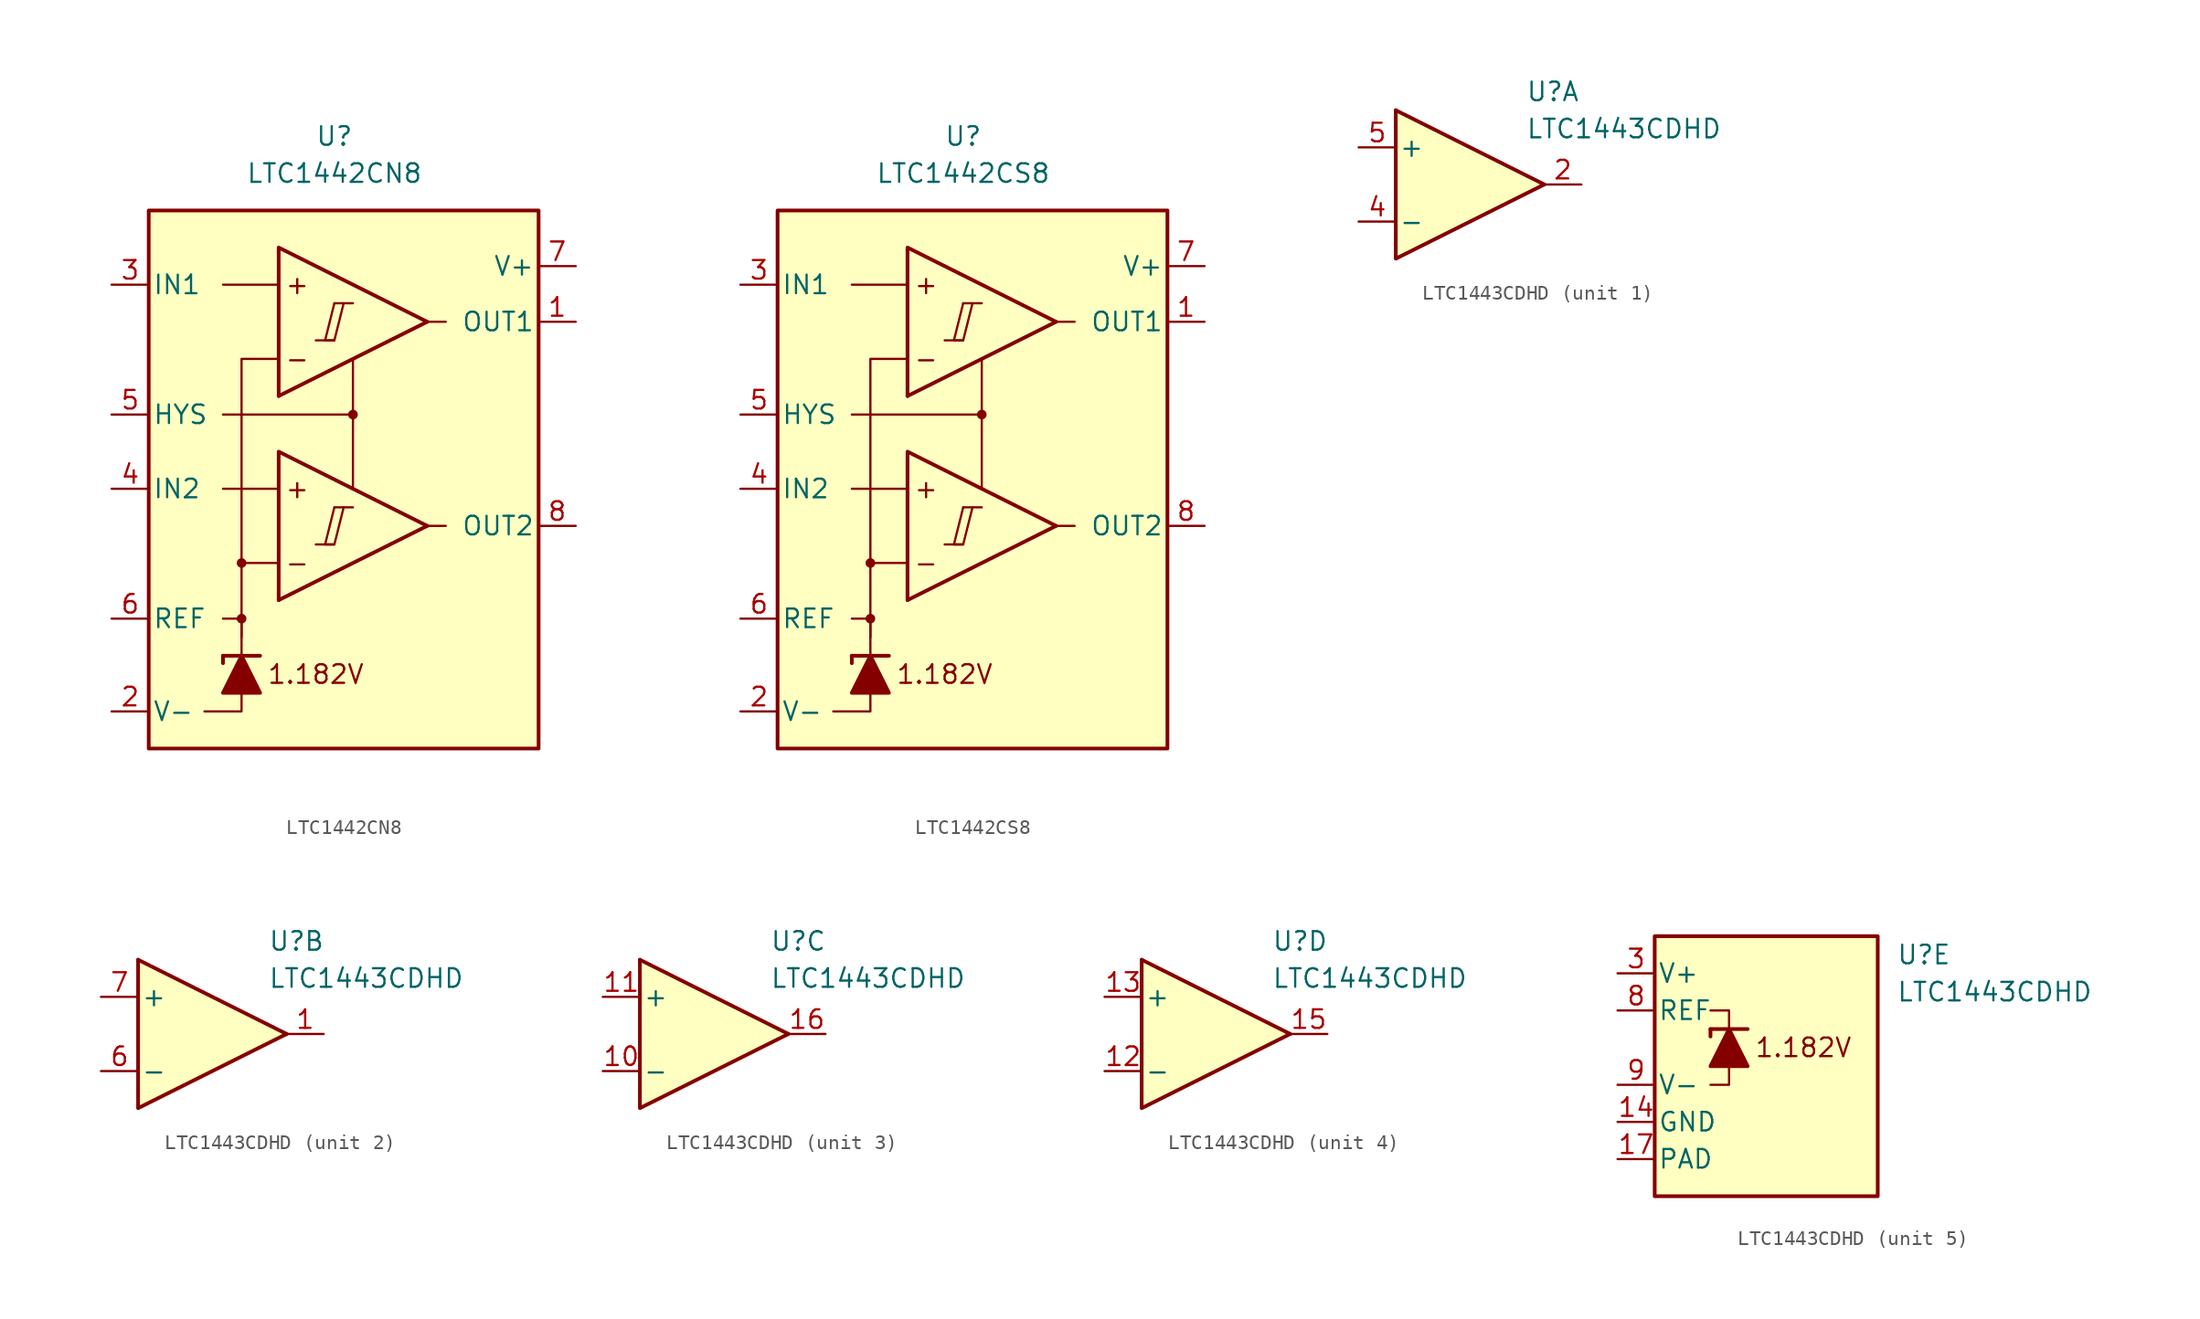
<source format=kicad_sym>
(kicad_symbol_lib
  (version 20231120)
  (generator "kicad_symbol_editor")
  (generator_version "8.0")
  (symbol "LTC1442CN8"
    (pin_names
      (offset 0.254))
    (property "Reference" "U"
      (at -1.27 22.86 0)
      (effects (font (size 1.27 1.27))))
    (property "Value" "LTC1442CN8"
      (at -1.27 20.32 0)
      (effects (font (size 1.27 1.27))))
    (symbol "LTC1442CN8_0_0"
      (rectangle (start -13.97 17.78) (end 12.7 -19.05) (stroke (width 0.254) (type default)) (fill (type background)))
      (circle (center -7.62 -10.16) (radius 0.254) (stroke (width 0.152) (type default)) (fill (type outline)))
      (circle (center -7.62 -6.35) (radius 0.254) (stroke (width 0.152) (type default)) (fill (type outline)))
      (polyline (pts (xy -2.54 -5.08) (xy -1.27 -5.08)) (stroke (width 0.152) (type default)) (fill (type none)))
      (polyline (pts (xy -2.54 8.89) (xy -1.27 8.89)) (stroke (width 0.152) (type default)) (fill (type none)))
      (polyline (pts (xy -1.27 -2.54) (xy 0 -2.54)) (stroke (width 0.152) (type default)) (fill (type none)))
      (polyline (pts (xy -1.27 11.43) (xy 0 11.43)) (stroke (width 0.152) (type default)) (fill (type none)))
      (polyline (pts (xy 5.08 -3.81) (xy -5.08 -8.89)) (stroke (width 0.254) (type default)) (fill (type none)))
      (polyline (pts (xy 5.08 10.16) (xy -5.08 5.08)) (stroke (width 0.254) (type default)) (fill (type none)))
      (polyline (pts (xy 5.08 -3.81) (xy -5.08 1.27) (xy -5.08 -8.89)) (stroke (width 0.254) (type default)) (fill (type background)))
      (polyline (pts (xy 5.08 10.16) (xy -5.08 15.24) (xy -5.08 5.08)) (stroke (width 0.254) (type default)) (fill (type background)))
      (polyline (pts (xy -1.27 -2.54) (xy -1.905 -5.08) (xy -1.27 -5.08) (xy -0.635 -2.54)) (stroke (width 0.152) (type default)) (fill (type none)))
      (polyline (pts (xy -1.27 11.43) (xy -1.905 8.89) (xy -1.27 8.89) (xy -0.635 11.43)) (stroke (width 0.152) (type default)) (fill (type none)))
      (circle (center 0 3.81) (radius 0.254) (stroke (width 0.152) (type default)) (fill (type outline)))
      (text "+" (at -3.81 -1.27 0) (effects (font (size 1.27 1.27))))
      (text "+" (at -3.81 12.7 0) (effects (font (size 1.27 1.27))))
      (text "-" (at -3.81 -6.35 0) (effects (font (size 1.27 1.27))))
      (text "-" (at -3.81 7.62 0) (effects (font (size 1.27 1.27)))))
    (symbol "LTC1442CN8_0_1"
      (polyline (pts (xy -8.89 -12.7) (xy -8.89 -13.208)) (stroke (width 0.254) (type default)) (fill (type none)))
      (polyline (pts (xy -8.89 -12.7) (xy -6.35 -12.7)) (stroke (width 0.254) (type default)) (fill (type none)))
      (polyline (pts (xy -5.08 -1.27) (xy -8.89 -1.27)) (stroke (width 0) (type default)) (fill (type none)))
      (polyline (pts (xy -5.08 12.7) (xy -8.89 12.7)) (stroke (width 0) (type default)) (fill (type none)))
      (polyline (pts (xy 0 3.81) (xy 0 -1.27)) (stroke (width 0) (type default)) (fill (type none)))
      (polyline (pts (xy 5.08 -3.81) (xy 6.35 -3.81)) (stroke (width 0) (type default)) (fill (type none)))
      (polyline (pts (xy 5.08 10.16) (xy 6.35 10.16)) (stroke (width 0) (type default)) (fill (type none)))
      (polyline (pts (xy -7.62 -15.24) (xy -7.62 -16.51) (xy -10.16 -16.51)) (stroke (width 0) (type default)) (fill (type none)))
      (polyline (pts (xy -7.62 -12.7) (xy -7.62 -10.16) (xy -8.89 -10.16)) (stroke (width 0) (type default)) (fill (type none)))
      (polyline (pts (xy -7.62 -11.43) (xy -7.62 -6.35) (xy -5.08 -6.35)) (stroke (width 0) (type default)) (fill (type none)))
      (polyline (pts (xy -7.62 -6.35) (xy -7.62 7.62) (xy -5.08 7.62)) (stroke (width 0) (type default)) (fill (type none)))
      (polyline (pts (xy 0 7.62) (xy 0 3.81) (xy -8.89 3.81)) (stroke (width 0) (type default)) (fill (type none)))
      (polyline (pts (xy -6.35 -15.24) (xy -8.89 -15.24) (xy -7.62 -12.7) (xy -6.35 -15.24)) (stroke (width 0.254) (type default)) (fill (type outline))))
    (symbol "LTC1442CN8_1_0"
      (text "1.182V" (at -2.54 -13.97 0) (effects (font (size 1.27 1.27)))))
    (symbol "LTC1442CN8_1_1"
      (pin output line (at 15.24 10.16 180) (length 2.54) (name "OUT1" (effects (font (size 1.27 1.27)))) (number "1" (effects (font (size 1.27 1.27)))))
      (pin power_in line (at -16.51 -16.51 0) (length 2.54) (name "V-" (effects (font (size 1.27 1.27)))) (number "2" (effects (font (size 1.27 1.27)))))
      (pin input line (at -16.51 12.7 0) (length 2.54) (name "IN1" (effects (font (size 1.27 1.27)))) (number "3" (effects (font (size 1.27 1.27)))))
      (pin input line (at -16.51 -1.27 0) (length 2.54) (name "IN2" (effects (font (size 1.27 1.27)))) (number "4" (effects (font (size 1.27 1.27)))))
      (pin input line (at -16.51 3.81 0) (length 2.54) (name "HYS" (effects (font (size 1.27 1.27)))) (number "5" (effects (font (size 1.27 1.27)))))
      (pin output line (at -16.51 -10.16 0) (length 2.54) (name "REF" (effects (font (size 1.27 1.27)))) (number "6" (effects (font (size 1.27 1.27)))))
      (pin power_in line (at 15.24 13.97 180) (length 2.54) (name "V+" (effects (font (size 1.27 1.27)))) (number "7" (effects (font (size 1.27 1.27)))))
      (pin output line (at 15.24 -3.81 180) (length 2.54) (name "OUT2" (effects (font (size 1.27 1.27)))) (number "8" (effects (font (size 1.27 1.27)))))))
  (symbol "LTC1442CS8"
    (pin_names
      (offset 0.254))
    (property "Reference" "U"
      (at -1.27 22.86 0)
      (effects (font (size 1.27 1.27))))
    (property "Value" "LTC1442CS8"
      (at -1.27 20.32 0)
      (effects (font (size 1.27 1.27))))
    (symbol "LTC1442CS8_0_0"
      (rectangle (start -13.97 17.78) (end 12.7 -19.05) (stroke (width 0.254) (type default)) (fill (type background)))
      (circle (center -7.62 -10.16) (radius 0.254) (stroke (width 0.152) (type default)) (fill (type outline)))
      (circle (center -7.62 -6.35) (radius 0.254) (stroke (width 0.152) (type default)) (fill (type outline)))
      (polyline (pts (xy -2.54 -5.08) (xy -1.27 -5.08)) (stroke (width 0.152) (type default)) (fill (type none)))
      (polyline (pts (xy -2.54 8.89) (xy -1.27 8.89)) (stroke (width 0.152) (type default)) (fill (type none)))
      (polyline (pts (xy -1.27 -2.54) (xy 0 -2.54)) (stroke (width 0.152) (type default)) (fill (type none)))
      (polyline (pts (xy -1.27 11.43) (xy 0 11.43)) (stroke (width 0.152) (type default)) (fill (type none)))
      (polyline (pts (xy 5.08 -3.81) (xy -5.08 -8.89)) (stroke (width 0.254) (type default)) (fill (type none)))
      (polyline (pts (xy 5.08 10.16) (xy -5.08 5.08)) (stroke (width 0.254) (type default)) (fill (type none)))
      (polyline (pts (xy 5.08 -3.81) (xy -5.08 1.27) (xy -5.08 -8.89)) (stroke (width 0.254) (type default)) (fill (type background)))
      (polyline (pts (xy 5.08 10.16) (xy -5.08 15.24) (xy -5.08 5.08)) (stroke (width 0.254) (type default)) (fill (type background)))
      (polyline (pts (xy -1.27 -2.54) (xy -1.905 -5.08) (xy -1.27 -5.08) (xy -0.635 -2.54)) (stroke (width 0.152) (type default)) (fill (type none)))
      (polyline (pts (xy -1.27 11.43) (xy -1.905 8.89) (xy -1.27 8.89) (xy -0.635 11.43)) (stroke (width 0.152) (type default)) (fill (type none)))
      (circle (center 0 3.81) (radius 0.254) (stroke (width 0.152) (type default)) (fill (type outline)))
      (text "+" (at -3.81 -1.27 0) (effects (font (size 1.27 1.27))))
      (text "+" (at -3.81 12.7 0) (effects (font (size 1.27 1.27))))
      (text "-" (at -3.81 -6.35 0) (effects (font (size 1.27 1.27))))
      (text "-" (at -3.81 7.62 0) (effects (font (size 1.27 1.27)))))
    (symbol "LTC1442CS8_0_1"
      (polyline (pts (xy -8.89 -12.7) (xy -8.89 -13.208)) (stroke (width 0.254) (type default)) (fill (type none)))
      (polyline (pts (xy -8.89 -12.7) (xy -6.35 -12.7)) (stroke (width 0.254) (type default)) (fill (type none)))
      (polyline (pts (xy -5.08 -1.27) (xy -8.89 -1.27)) (stroke (width 0) (type default)) (fill (type none)))
      (polyline (pts (xy -5.08 12.7) (xy -8.89 12.7)) (stroke (width 0) (type default)) (fill (type none)))
      (polyline (pts (xy 0 3.81) (xy 0 -1.27)) (stroke (width 0) (type default)) (fill (type none)))
      (polyline (pts (xy 5.08 -3.81) (xy 6.35 -3.81)) (stroke (width 0) (type default)) (fill (type none)))
      (polyline (pts (xy 5.08 10.16) (xy 6.35 10.16)) (stroke (width 0) (type default)) (fill (type none)))
      (polyline (pts (xy -7.62 -15.24) (xy -7.62 -16.51) (xy -10.16 -16.51)) (stroke (width 0) (type default)) (fill (type none)))
      (polyline (pts (xy -7.62 -12.7) (xy -7.62 -10.16) (xy -8.89 -10.16)) (stroke (width 0) (type default)) (fill (type none)))
      (polyline (pts (xy -7.62 -11.43) (xy -7.62 -6.35) (xy -5.08 -6.35)) (stroke (width 0) (type default)) (fill (type none)))
      (polyline (pts (xy -7.62 -6.35) (xy -7.62 7.62) (xy -5.08 7.62)) (stroke (width 0) (type default)) (fill (type none)))
      (polyline (pts (xy 0 7.62) (xy 0 3.81) (xy -8.89 3.81)) (stroke (width 0) (type default)) (fill (type none)))
      (polyline (pts (xy -6.35 -15.24) (xy -8.89 -15.24) (xy -7.62 -12.7) (xy -6.35 -15.24)) (stroke (width 0.254) (type default)) (fill (type outline))))
    (symbol "LTC1442CS8_1_0"
      (text "1.182V" (at -2.54 -13.97 0) (effects (font (size 1.27 1.27)))))
    (symbol "LTC1442CS8_1_1"
      (pin output line (at 15.24 10.16 180) (length 2.54) (name "OUT1" (effects (font (size 1.27 1.27)))) (number "1" (effects (font (size 1.27 1.27)))))
      (pin power_in line (at -16.51 -16.51 0) (length 2.54) (name "V-" (effects (font (size 1.27 1.27)))) (number "2" (effects (font (size 1.27 1.27)))))
      (pin input line (at -16.51 12.7 0) (length 2.54) (name "IN1" (effects (font (size 1.27 1.27)))) (number "3" (effects (font (size 1.27 1.27)))))
      (pin input line (at -16.51 -1.27 0) (length 2.54) (name "IN2" (effects (font (size 1.27 1.27)))) (number "4" (effects (font (size 1.27 1.27)))))
      (pin input line (at -16.51 3.81 0) (length 2.54) (name "HYS" (effects (font (size 1.27 1.27)))) (number "5" (effects (font (size 1.27 1.27)))))
      (pin output line (at -16.51 -10.16 0) (length 2.54) (name "REF" (effects (font (size 1.27 1.27)))) (number "6" (effects (font (size 1.27 1.27)))))
      (pin power_in line (at 15.24 13.97 180) (length 2.54) (name "V+" (effects (font (size 1.27 1.27)))) (number "7" (effects (font (size 1.27 1.27)))))
      (pin output line (at 15.24 -3.81 180) (length 2.54) (name "OUT2" (effects (font (size 1.27 1.27)))) (number "8" (effects (font (size 1.27 1.27)))))))
  (symbol "LTC1443CDHD"
    (pin_names
      (offset 0.2))
    (property "Reference" "U"
      (at 5.08 6.35 0)
      (effects (font (size 1.27 1.27)) (justify left)))
    (property "Value" "LTC1443CDHD"
      (at 5.08 3.81 0)
      (effects (font (size 1.27 1.27)) (justify left)))
    (property "ki_locked" ""
      (at 0 0 0)
      (effects (font (size 1.27 1.27))))
    (symbol "LTC1443CDHD_1_1"
      (polyline (pts (xy -3.81 5.08) (xy 6.35 0)) (stroke (width 0.254) (type default)) (fill (type none)))
      (polyline (pts (xy -3.81 5.08) (xy -3.81 -5.08) (xy 6.35 0)) (stroke (width 0.254) (type default)) (fill (type background)))
      (pin output line (at 8.89 0 180) (length 2.54) (name "~" (effects (font (size 1.27 1.27)))) (number "2" (effects (font (size 1.27 1.27)))))
      (pin input line (at -6.35 -2.54 0) (length 2.54) (name "-" (effects (font (size 1.27 1.27)))) (number "4" (effects (font (size 1.27 1.27)))))
      (pin input line (at -6.35 2.54 0) (length 2.54) (name "+" (effects (font (size 1.27 1.27)))) (number "5" (effects (font (size 1.27 1.27))))))
    (symbol "LTC1443CDHD_2_1"
      (polyline (pts (xy -3.81 5.08) (xy 6.35 0)) (stroke (width 0.254) (type default)) (fill (type none)))
      (polyline (pts (xy -3.81 5.08) (xy -3.81 -5.08) (xy 6.35 0)) (stroke (width 0.254) (type default)) (fill (type background)))
      (pin output line (at 8.89 0 180) (length 2.54) (name "~" (effects (font (size 1.27 1.27)))) (number "1" (effects (font (size 1.27 1.27)))))
      (pin input line (at -6.35 -2.54 0) (length 2.54) (name "-" (effects (font (size 1.27 1.27)))) (number "6" (effects (font (size 1.27 1.27)))))
      (pin input line (at -6.35 2.54 0) (length 2.54) (name "+" (effects (font (size 1.27 1.27)))) (number "7" (effects (font (size 1.27 1.27))))))
    (symbol "LTC1443CDHD_3_1"
      (polyline (pts (xy -3.81 5.08) (xy 6.35 0)) (stroke (width 0.254) (type default)) (fill (type none)))
      (polyline (pts (xy -3.81 5.08) (xy -3.81 -5.08) (xy 6.35 0)) (stroke (width 0.254) (type default)) (fill (type background)))
      (pin input line (at -6.35 -2.54 0) (length 2.54) (name "-" (effects (font (size 1.27 1.27)))) (number "10" (effects (font (size 1.27 1.27)))))
      (pin input line (at -6.35 2.54 0) (length 2.54) (name "+" (effects (font (size 1.27 1.27)))) (number "11" (effects (font (size 1.27 1.27)))))
      (pin output line (at 8.89 0 180) (length 2.54) (name "~" (effects (font (size 1.27 1.27)))) (number "16" (effects (font (size 1.27 1.27))))))
    (symbol "LTC1443CDHD_4_1"
      (polyline (pts (xy -3.81 5.08) (xy 6.35 0)) (stroke (width 0.254) (type default)) (fill (type none)))
      (polyline (pts (xy -3.81 5.08) (xy -3.81 -5.08) (xy 6.35 0)) (stroke (width 0.254) (type default)) (fill (type background)))
      (pin input line (at -6.35 -2.54 0) (length 2.54) (name "-" (effects (font (size 1.27 1.27)))) (number "12" (effects (font (size 1.27 1.27)))))
      (pin input line (at -6.35 2.54 0) (length 2.54) (name "+" (effects (font (size 1.27 1.27)))) (number "13" (effects (font (size 1.27 1.27)))))
      (pin output line (at 8.89 0 180) (length 2.54) (name "~" (effects (font (size 1.27 1.27)))) (number "15" (effects (font (size 1.27 1.27))))))
    (symbol "LTC1443CDHD_5_0"
      (text "1.182V" (at -1.27 0 0) (effects (font (size 1.27 1.27)))))
    (symbol "LTC1443CDHD_5_1"
      (rectangle (start -11.43 7.62) (end 3.81 -10.16) (stroke (width 0.254) (type default)) (fill (type background)))
      (polyline (pts (xy -7.62 1.27) (xy -7.62 0.762)) (stroke (width 0.254) (type default)) (fill (type none)))
      (polyline (pts (xy -7.62 1.27) (xy -5.08 1.27)) (stroke (width 0.254) (type default)) (fill (type none)))
      (polyline (pts (xy -6.35 -1.27) (xy -6.35 -2.54) (xy -7.62 -2.54)) (stroke (width 0) (type default)) (fill (type none)))
      (polyline (pts (xy -6.35 1.27) (xy -6.35 2.54) (xy -7.62 2.54)) (stroke (width 0) (type default)) (fill (type none)))
      (polyline (pts (xy -5.08 -1.27) (xy -7.62 -1.27) (xy -6.35 1.27) (xy -5.08 -1.27)) (stroke (width 0.254) (type default)) (fill (type outline)))
      (pin power_in line (at -13.97 -5.08 0) (length 2.54) (name "GND" (effects (font (size 1.27 1.27)))) (number "14" (effects (font (size 1.27 1.27)))))
      (pin power_in line (at -13.97 -7.62 0) (length 2.54) (name "PAD" (effects (font (size 1.27 1.27)))) (number "17" (effects (font (size 1.27 1.27)))))
      (pin power_in line (at -13.97 5.08 0) (length 2.54) (name "V+" (effects (font (size 1.27 1.27)))) (number "3" (effects (font (size 1.27 1.27)))))
      (pin output line (at -13.97 2.54 0) (length 2.54) (name "REF" (effects (font (size 1.27 1.27)))) (number "8" (effects (font (size 1.27 1.27)))))
      (pin power_in line (at -13.97 -2.54 0) (length 2.54) (name "V-" (effects (font (size 1.27 1.27)))) (number "9" (effects (font (size 1.27 1.27))))))))
</source>
